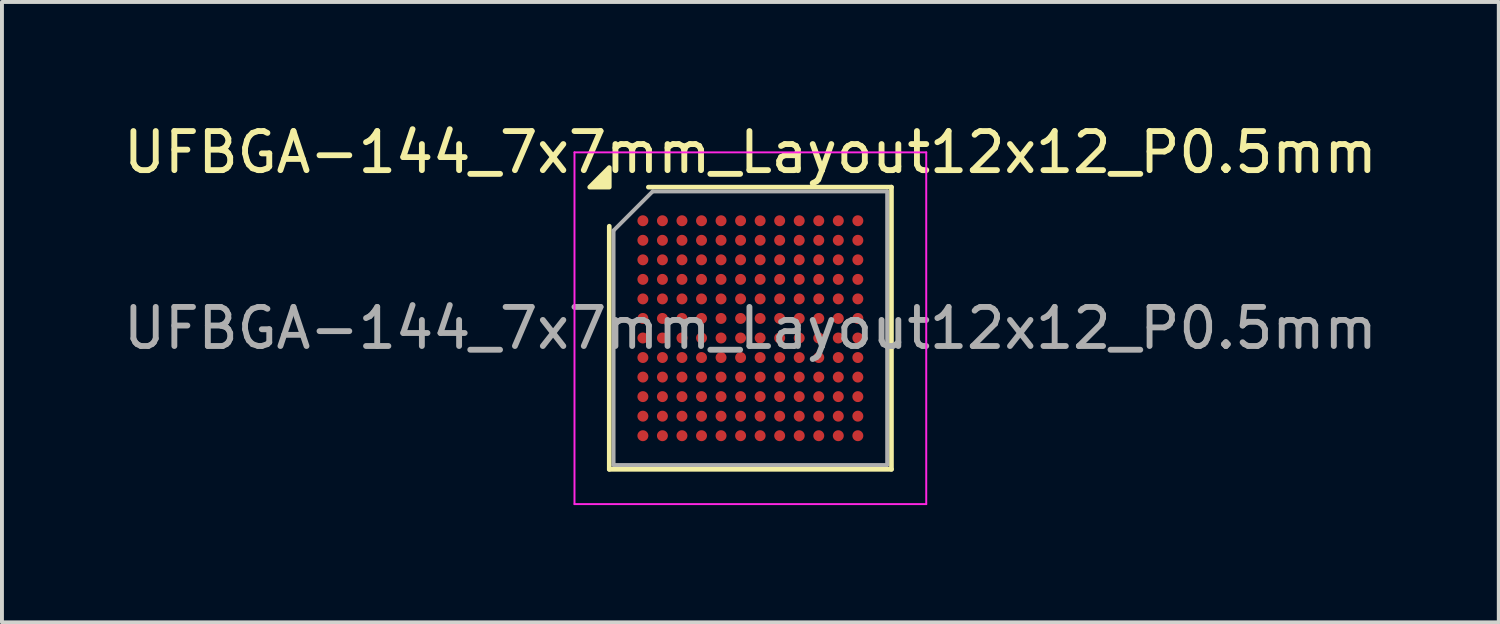
<source format=kicad_pcb>
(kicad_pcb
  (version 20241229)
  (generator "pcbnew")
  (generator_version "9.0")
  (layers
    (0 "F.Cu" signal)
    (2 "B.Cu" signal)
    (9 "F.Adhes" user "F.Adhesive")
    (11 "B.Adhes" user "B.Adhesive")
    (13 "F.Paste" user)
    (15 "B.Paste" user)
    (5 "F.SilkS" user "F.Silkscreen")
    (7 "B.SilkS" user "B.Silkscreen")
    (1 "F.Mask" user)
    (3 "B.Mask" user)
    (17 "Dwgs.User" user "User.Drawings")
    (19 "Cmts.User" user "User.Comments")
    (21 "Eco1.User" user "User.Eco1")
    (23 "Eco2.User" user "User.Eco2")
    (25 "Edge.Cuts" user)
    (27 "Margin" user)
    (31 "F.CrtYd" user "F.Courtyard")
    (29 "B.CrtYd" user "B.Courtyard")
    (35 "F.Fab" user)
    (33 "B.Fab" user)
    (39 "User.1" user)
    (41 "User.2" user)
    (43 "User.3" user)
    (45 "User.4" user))
  (footprint "UFBGA-144_7x7mm_Layout12x12_P0.5mm"
    (layer "F.Cu")
    (at 16.149 5.348)
    (property "Reference" "UFBGA-144_7x7mm_Layout12x12_P0.5mm" (at 0 -4.5 0) (layer "F.SilkS") (effects (font (size 1 1) (thickness 0.15))))
    (attr smd)
    (fp_line (start -3.61 3.61) (end -3.61 -2.61) (stroke (width 0.12) (type solid)) (layer "F.SilkS"))
    (fp_line (start -2.61 -3.61) (end 3.61 -3.61) (stroke (width 0.12) (type solid)) (layer "F.SilkS"))
    (fp_line (start 3.61 -3.61) (end 3.61 3.61) (stroke (width 0.12) (type solid)) (layer "F.SilkS"))
    (fp_line (start 3.61 3.61) (end -3.61 3.61) (stroke (width 0.12) (type solid)) (layer "F.SilkS"))
    (fp_poly (pts (xy -3.61 -3.61) (xy -4.11 -3.61) (xy -3.61 -4.11) (xy -3.61 -3.61)) (stroke (width 0.12) (type solid)) (fill yes) (layer "F.SilkS"))
    (fp_line (start -4.5 -4.5) (end -4.5 4.5) (stroke (width 0.05) (type solid)) (layer "F.CrtYd"))
    (fp_line (start -4.5 4.5) (end 4.5 4.5) (stroke (width 0.05) (type solid)) (layer "F.CrtYd"))
    (fp_line (start 4.5 -4.5) (end -4.5 -4.5) (stroke (width 0.05) (type solid)) (layer "F.CrtYd"))
    (fp_line (start 4.5 4.5) (end 4.5 -4.5) (stroke (width 0.05) (type solid)) (layer "F.CrtYd"))
    (fp_line (start -3.5 -2.5) (end -2.5 -3.5) (stroke (width 0.1) (type solid)) (layer "F.Fab"))
    (fp_line (start -3.5 3.5) (end -3.5 -2.5) (stroke (width 0.1) (type solid)) (layer "F.Fab"))
    (fp_line (start -2.5 -3.5) (end 3.5 -3.5) (stroke (width 0.1) (type solid)) (layer "F.Fab"))
    (fp_line (start 3.5 -3.5) (end 3.5 3.5) (stroke (width 0.1) (type solid)) (layer "F.Fab"))
    (fp_line (start 3.5 3.5) (end -3.5 3.5) (stroke (width 0.1) (type solid)) (layer "F.Fab"))
    (fp_text user "${REFERENCE}" (at 0 0 0) (layer "F.Fab") (effects (font (size 1 1) (thickness 0.15))))
    (pad "A1" smd circle (at -2.75 -2.75) (size 0.28 0.28) (property pad_prop_bga) (layers "F.Cu" "F.Mask" "F.Paste"))
    (pad "A2" smd circle (at -2.25 -2.75) (size 0.28 0.28) (property pad_prop_bga) (layers "F.Cu" "F.Mask" "F.Paste"))
    (pad "A3" smd circle (at -1.75 -2.75) (size 0.28 0.28) (property pad_prop_bga) (layers "F.Cu" "F.Mask" "F.Paste"))
    (pad "A4" smd circle (at -1.25 -2.75) (size 0.28 0.28) (property pad_prop_bga) (layers "F.Cu" "F.Mask" "F.Paste"))
    (pad "A5" smd circle (at -0.75 -2.75) (size 0.28 0.28) (property pad_prop_bga) (layers "F.Cu" "F.Mask" "F.Paste"))
    (pad "A6" smd circle (at -0.25 -2.75) (size 0.28 0.28) (property pad_prop_bga) (layers "F.Cu" "F.Mask" "F.Paste"))
    (pad "A7" smd circle (at 0.25 -2.75) (size 0.28 0.28) (property pad_prop_bga) (layers "F.Cu" "F.Mask" "F.Paste"))
    (pad "A8" smd circle (at 0.75 -2.75) (size 0.28 0.28) (property pad_prop_bga) (layers "F.Cu" "F.Mask" "F.Paste"))
    (pad "A9" smd circle (at 1.25 -2.75) (size 0.28 0.28) (property pad_prop_bga) (layers "F.Cu" "F.Mask" "F.Paste"))
    (pad "A10" smd circle (at 1.75 -2.75) (size 0.28 0.28) (property pad_prop_bga) (layers "F.Cu" "F.Mask" "F.Paste"))
    (pad "A11" smd circle (at 2.25 -2.75) (size 0.28 0.28) (property pad_prop_bga) (layers "F.Cu" "F.Mask" "F.Paste"))
    (pad "A12" smd circle (at 2.75 -2.75) (size 0.28 0.28) (property pad_prop_bga) (layers "F.Cu" "F.Mask" "F.Paste"))
    (pad "B1" smd circle (at -2.75 -2.25) (size 0.28 0.28) (property pad_prop_bga) (layers "F.Cu" "F.Mask" "F.Paste"))
    (pad "B2" smd circle (at -2.25 -2.25) (size 0.28 0.28) (property pad_prop_bga) (layers "F.Cu" "F.Mask" "F.Paste"))
    (pad "B3" smd circle (at -1.75 -2.25) (size 0.28 0.28) (property pad_prop_bga) (layers "F.Cu" "F.Mask" "F.Paste"))
    (pad "B4" smd circle (at -1.25 -2.25) (size 0.28 0.28) (property pad_prop_bga) (layers "F.Cu" "F.Mask" "F.Paste"))
    (pad "B5" smd circle (at -0.75 -2.25) (size 0.28 0.28) (property pad_prop_bga) (layers "F.Cu" "F.Mask" "F.Paste"))
    (pad "B6" smd circle (at -0.25 -2.25) (size 0.28 0.28) (property pad_prop_bga) (layers "F.Cu" "F.Mask" "F.Paste"))
    (pad "B7" smd circle (at 0.25 -2.25) (size 0.28 0.28) (property pad_prop_bga) (layers "F.Cu" "F.Mask" "F.Paste"))
    (pad "B8" smd circle (at 0.75 -2.25) (size 0.28 0.28) (property pad_prop_bga) (layers "F.Cu" "F.Mask" "F.Paste"))
    (pad "B9" smd circle (at 1.25 -2.25) (size 0.28 0.28) (property pad_prop_bga) (layers "F.Cu" "F.Mask" "F.Paste"))
    (pad "B10" smd circle (at 1.75 -2.25) (size 0.28 0.28) (property pad_prop_bga) (layers "F.Cu" "F.Mask" "F.Paste"))
    (pad "B11" smd circle (at 2.25 -2.25) (size 0.28 0.28) (property pad_prop_bga) (layers "F.Cu" "F.Mask" "F.Paste"))
    (pad "B12" smd circle (at 2.75 -2.25) (size 0.28 0.28) (property pad_prop_bga) (layers "F.Cu" "F.Mask" "F.Paste"))
    (pad "C1" smd circle (at -2.75 -1.75) (size 0.28 0.28) (property pad_prop_bga) (layers "F.Cu" "F.Mask" "F.Paste"))
    (pad "C2" smd circle (at -2.25 -1.75) (size 0.28 0.28) (property pad_prop_bga) (layers "F.Cu" "F.Mask" "F.Paste"))
    (pad "C3" smd circle (at -1.75 -1.75) (size 0.28 0.28) (property pad_prop_bga) (layers "F.Cu" "F.Mask" "F.Paste"))
    (pad "C4" smd circle (at -1.25 -1.75) (size 0.28 0.28) (property pad_prop_bga) (layers "F.Cu" "F.Mask" "F.Paste"))
    (pad "C5" smd circle (at -0.75 -1.75) (size 0.28 0.28) (property pad_prop_bga) (layers "F.Cu" "F.Mask" "F.Paste"))
    (pad "C6" smd circle (at -0.25 -1.75) (size 0.28 0.28) (property pad_prop_bga) (layers "F.Cu" "F.Mask" "F.Paste"))
    (pad "C7" smd circle (at 0.25 -1.75) (size 0.28 0.28) (property pad_prop_bga) (layers "F.Cu" "F.Mask" "F.Paste"))
    (pad "C8" smd circle (at 0.75 -1.75) (size 0.28 0.28) (property pad_prop_bga) (layers "F.Cu" "F.Mask" "F.Paste"))
    (pad "C9" smd circle (at 1.25 -1.75) (size 0.28 0.28) (property pad_prop_bga) (layers "F.Cu" "F.Mask" "F.Paste"))
    (pad "C10" smd circle (at 1.75 -1.75) (size 0.28 0.28) (property pad_prop_bga) (layers "F.Cu" "F.Mask" "F.Paste"))
    (pad "C11" smd circle (at 2.25 -1.75) (size 0.28 0.28) (property pad_prop_bga) (layers "F.Cu" "F.Mask" "F.Paste"))
    (pad "C12" smd circle (at 2.75 -1.75) (size 0.28 0.28) (property pad_prop_bga) (layers "F.Cu" "F.Mask" "F.Paste"))
    (pad "D1" smd circle (at -2.75 -1.25) (size 0.28 0.28) (property pad_prop_bga) (layers "F.Cu" "F.Mask" "F.Paste"))
    (pad "D2" smd circle (at -2.25 -1.25) (size 0.28 0.28) (property pad_prop_bga) (layers "F.Cu" "F.Mask" "F.Paste"))
    (pad "D3" smd circle (at -1.75 -1.25) (size 0.28 0.28) (property pad_prop_bga) (layers "F.Cu" "F.Mask" "F.Paste"))
    (pad "D4" smd circle (at -1.25 -1.25) (size 0.28 0.28) (property pad_prop_bga) (layers "F.Cu" "F.Mask" "F.Paste"))
    (pad "D5" smd circle (at -0.75 -1.25) (size 0.28 0.28) (property pad_prop_bga) (layers "F.Cu" "F.Mask" "F.Paste"))
    (pad "D6" smd circle (at -0.25 -1.25) (size 0.28 0.28) (property pad_prop_bga) (layers "F.Cu" "F.Mask" "F.Paste"))
    (pad "D7" smd circle (at 0.25 -1.25) (size 0.28 0.28) (property pad_prop_bga) (layers "F.Cu" "F.Mask" "F.Paste"))
    (pad "D8" smd circle (at 0.75 -1.25) (size 0.28 0.28) (property pad_prop_bga) (layers "F.Cu" "F.Mask" "F.Paste"))
    (pad "D9" smd circle (at 1.25 -1.25) (size 0.28 0.28) (property pad_prop_bga) (layers "F.Cu" "F.Mask" "F.Paste"))
    (pad "D10" smd circle (at 1.75 -1.25) (size 0.28 0.28) (property pad_prop_bga) (layers "F.Cu" "F.Mask" "F.Paste"))
    (pad "D11" smd circle (at 2.25 -1.25) (size 0.28 0.28) (property pad_prop_bga) (layers "F.Cu" "F.Mask" "F.Paste"))
    (pad "D12" smd circle (at 2.75 -1.25) (size 0.28 0.28) (property pad_prop_bga) (layers "F.Cu" "F.Mask" "F.Paste"))
    (pad "E1" smd circle (at -2.75 -0.75) (size 0.28 0.28) (property pad_prop_bga) (layers "F.Cu" "F.Mask" "F.Paste"))
    (pad "E2" smd circle (at -2.25 -0.75) (size 0.28 0.28) (property pad_prop_bga) (layers "F.Cu" "F.Mask" "F.Paste"))
    (pad "E3" smd circle (at -1.75 -0.75) (size 0.28 0.28) (property pad_prop_bga) (layers "F.Cu" "F.Mask" "F.Paste"))
    (pad "E4" smd circle (at -1.25 -0.75) (size 0.28 0.28) (property pad_prop_bga) (layers "F.Cu" "F.Mask" "F.Paste"))
    (pad "E5" smd circle (at -0.75 -0.75) (size 0.28 0.28) (property pad_prop_bga) (layers "F.Cu" "F.Mask" "F.Paste"))
    (pad "E6" smd circle (at -0.25 -0.75) (size 0.28 0.28) (property pad_prop_bga) (layers "F.Cu" "F.Mask" "F.Paste"))
    (pad "E7" smd circle (at 0.25 -0.75) (size 0.28 0.28) (property pad_prop_bga) (layers "F.Cu" "F.Mask" "F.Paste"))
    (pad "E8" smd circle (at 0.75 -0.75) (size 0.28 0.28) (property pad_prop_bga) (layers "F.Cu" "F.Mask" "F.Paste"))
    (pad "E9" smd circle (at 1.25 -0.75) (size 0.28 0.28) (property pad_prop_bga) (layers "F.Cu" "F.Mask" "F.Paste"))
    (pad "E10" smd circle (at 1.75 -0.75) (size 0.28 0.28) (property pad_prop_bga) (layers "F.Cu" "F.Mask" "F.Paste"))
    (pad "E11" smd circle (at 2.25 -0.75) (size 0.28 0.28) (property pad_prop_bga) (layers "F.Cu" "F.Mask" "F.Paste"))
    (pad "E12" smd circle (at 2.75 -0.75) (size 0.28 0.28) (property pad_prop_bga) (layers "F.Cu" "F.Mask" "F.Paste"))
    (pad "F1" smd circle (at -2.75 -0.25) (size 0.28 0.28) (property pad_prop_bga) (layers "F.Cu" "F.Mask" "F.Paste"))
    (pad "F2" smd circle (at -2.25 -0.25) (size 0.28 0.28) (property pad_prop_bga) (layers "F.Cu" "F.Mask" "F.Paste"))
    (pad "F3" smd circle (at -1.75 -0.25) (size 0.28 0.28) (property pad_prop_bga) (layers "F.Cu" "F.Mask" "F.Paste"))
    (pad "F4" smd circle (at -1.25 -0.25) (size 0.28 0.28) (property pad_prop_bga) (layers "F.Cu" "F.Mask" "F.Paste"))
    (pad "F5" smd circle (at -0.75 -0.25) (size 0.28 0.28) (property pad_prop_bga) (layers "F.Cu" "F.Mask" "F.Paste"))
    (pad "F6" smd circle (at -0.25 -0.25) (size 0.28 0.28) (property pad_prop_bga) (layers "F.Cu" "F.Mask" "F.Paste"))
    (pad "F7" smd circle (at 0.25 -0.25) (size 0.28 0.28) (property pad_prop_bga) (layers "F.Cu" "F.Mask" "F.Paste"))
    (pad "F8" smd circle (at 0.75 -0.25) (size 0.28 0.28) (property pad_prop_bga) (layers "F.Cu" "F.Mask" "F.Paste"))
    (pad "F9" smd circle (at 1.25 -0.25) (size 0.28 0.28) (property pad_prop_bga) (layers "F.Cu" "F.Mask" "F.Paste"))
    (pad "F10" smd circle (at 1.75 -0.25) (size 0.28 0.28) (property pad_prop_bga) (layers "F.Cu" "F.Mask" "F.Paste"))
    (pad "F11" smd circle (at 2.25 -0.25) (size 0.28 0.28) (property pad_prop_bga) (layers "F.Cu" "F.Mask" "F.Paste"))
    (pad "F12" smd circle (at 2.75 -0.25) (size 0.28 0.28) (property pad_prop_bga) (layers "F.Cu" "F.Mask" "F.Paste"))
    (pad "G1" smd circle (at -2.75 0.25) (size 0.28 0.28) (property pad_prop_bga) (layers "F.Cu" "F.Mask" "F.Paste"))
    (pad "G2" smd circle (at -2.25 0.25) (size 0.28 0.28) (property pad_prop_bga) (layers "F.Cu" "F.Mask" "F.Paste"))
    (pad "G3" smd circle (at -1.75 0.25) (size 0.28 0.28) (property pad_prop_bga) (layers "F.Cu" "F.Mask" "F.Paste"))
    (pad "G4" smd circle (at -1.25 0.25) (size 0.28 0.28) (property pad_prop_bga) (layers "F.Cu" "F.Mask" "F.Paste"))
    (pad "G5" smd circle (at -0.75 0.25) (size 0.28 0.28) (property pad_prop_bga) (layers "F.Cu" "F.Mask" "F.Paste"))
    (pad "G6" smd circle (at -0.25 0.25) (size 0.28 0.28) (property pad_prop_bga) (layers "F.Cu" "F.Mask" "F.Paste"))
    (pad "G7" smd circle (at 0.25 0.25) (size 0.28 0.28) (property pad_prop_bga) (layers "F.Cu" "F.Mask" "F.Paste"))
    (pad "G8" smd circle (at 0.75 0.25) (size 0.28 0.28) (property pad_prop_bga) (layers "F.Cu" "F.Mask" "F.Paste"))
    (pad "G9" smd circle (at 1.25 0.25) (size 0.28 0.28) (property pad_prop_bga) (layers "F.Cu" "F.Mask" "F.Paste"))
    (pad "G10" smd circle (at 1.75 0.25) (size 0.28 0.28) (property pad_prop_bga) (layers "F.Cu" "F.Mask" "F.Paste"))
    (pad "G11" smd circle (at 2.25 0.25) (size 0.28 0.28) (property pad_prop_bga) (layers "F.Cu" "F.Mask" "F.Paste"))
    (pad "G12" smd circle (at 2.75 0.25) (size 0.28 0.28) (property pad_prop_bga) (layers "F.Cu" "F.Mask" "F.Paste"))
    (pad "H1" smd circle (at -2.75 0.75) (size 0.28 0.28) (property pad_prop_bga) (layers "F.Cu" "F.Mask" "F.Paste"))
    (pad "H2" smd circle (at -2.25 0.75) (size 0.28 0.28) (property pad_prop_bga) (layers "F.Cu" "F.Mask" "F.Paste"))
    (pad "H3" smd circle (at -1.75 0.75) (size 0.28 0.28) (property pad_prop_bga) (layers "F.Cu" "F.Mask" "F.Paste"))
    (pad "H4" smd circle (at -1.25 0.75) (size 0.28 0.28) (property pad_prop_bga) (layers "F.Cu" "F.Mask" "F.Paste"))
    (pad "H5" smd circle (at -0.75 0.75) (size 0.28 0.28) (property pad_prop_bga) (layers "F.Cu" "F.Mask" "F.Paste"))
    (pad "H6" smd circle (at -0.25 0.75) (size 0.28 0.28) (property pad_prop_bga) (layers "F.Cu" "F.Mask" "F.Paste"))
    (pad "H7" smd circle (at 0.25 0.75) (size 0.28 0.28) (property pad_prop_bga) (layers "F.Cu" "F.Mask" "F.Paste"))
    (pad "H8" smd circle (at 0.75 0.75) (size 0.28 0.28) (property pad_prop_bga) (layers "F.Cu" "F.Mask" "F.Paste"))
    (pad "H9" smd circle (at 1.25 0.75) (size 0.28 0.28) (property pad_prop_bga) (layers "F.Cu" "F.Mask" "F.Paste"))
    (pad "H10" smd circle (at 1.75 0.75) (size 0.28 0.28) (property pad_prop_bga) (layers "F.Cu" "F.Mask" "F.Paste"))
    (pad "H11" smd circle (at 2.25 0.75) (size 0.28 0.28) (property pad_prop_bga) (layers "F.Cu" "F.Mask" "F.Paste"))
    (pad "H12" smd circle (at 2.75 0.75) (size 0.28 0.28) (property pad_prop_bga) (layers "F.Cu" "F.Mask" "F.Paste"))
    (pad "J1" smd circle (at -2.75 1.25) (size 0.28 0.28) (property pad_prop_bga) (layers "F.Cu" "F.Mask" "F.Paste"))
    (pad "J2" smd circle (at -2.25 1.25) (size 0.28 0.28) (property pad_prop_bga) (layers "F.Cu" "F.Mask" "F.Paste"))
    (pad "J3" smd circle (at -1.75 1.25) (size 0.28 0.28) (property pad_prop_bga) (layers "F.Cu" "F.Mask" "F.Paste"))
    (pad "J4" smd circle (at -1.25 1.25) (size 0.28 0.28) (property pad_prop_bga) (layers "F.Cu" "F.Mask" "F.Paste"))
    (pad "J5" smd circle (at -0.75 1.25) (size 0.28 0.28) (property pad_prop_bga) (layers "F.Cu" "F.Mask" "F.Paste"))
    (pad "J6" smd circle (at -0.25 1.25) (size 0.28 0.28) (property pad_prop_bga) (layers "F.Cu" "F.Mask" "F.Paste"))
    (pad "J7" smd circle (at 0.25 1.25) (size 0.28 0.28) (property pad_prop_bga) (layers "F.Cu" "F.Mask" "F.Paste"))
    (pad "J8" smd circle (at 0.75 1.25) (size 0.28 0.28) (property pad_prop_bga) (layers "F.Cu" "F.Mask" "F.Paste"))
    (pad "J9" smd circle (at 1.25 1.25) (size 0.28 0.28) (property pad_prop_bga) (layers "F.Cu" "F.Mask" "F.Paste"))
    (pad "J10" smd circle (at 1.75 1.25) (size 0.28 0.28) (property pad_prop_bga) (layers "F.Cu" "F.Mask" "F.Paste"))
    (pad "J11" smd circle (at 2.25 1.25) (size 0.28 0.28) (property pad_prop_bga) (layers "F.Cu" "F.Mask" "F.Paste"))
    (pad "J12" smd circle (at 2.75 1.25) (size 0.28 0.28) (property pad_prop_bga) (layers "F.Cu" "F.Mask" "F.Paste"))
    (pad "K1" smd circle (at -2.75 1.75) (size 0.28 0.28) (property pad_prop_bga) (layers "F.Cu" "F.Mask" "F.Paste"))
    (pad "K2" smd circle (at -2.25 1.75) (size 0.28 0.28) (property pad_prop_bga) (layers "F.Cu" "F.Mask" "F.Paste"))
    (pad "K3" smd circle (at -1.75 1.75) (size 0.28 0.28) (property pad_prop_bga) (layers "F.Cu" "F.Mask" "F.Paste"))
    (pad "K4" smd circle (at -1.25 1.75) (size 0.28 0.28) (property pad_prop_bga) (layers "F.Cu" "F.Mask" "F.Paste"))
    (pad "K5" smd circle (at -0.75 1.75) (size 0.28 0.28) (property pad_prop_bga) (layers "F.Cu" "F.Mask" "F.Paste"))
    (pad "K6" smd circle (at -0.25 1.75) (size 0.28 0.28) (property pad_prop_bga) (layers "F.Cu" "F.Mask" "F.Paste"))
    (pad "K7" smd circle (at 0.25 1.75) (size 0.28 0.28) (property pad_prop_bga) (layers "F.Cu" "F.Mask" "F.Paste"))
    (pad "K8" smd circle (at 0.75 1.75) (size 0.28 0.28) (property pad_prop_bga) (layers "F.Cu" "F.Mask" "F.Paste"))
    (pad "K9" smd circle (at 1.25 1.75) (size 0.28 0.28) (property pad_prop_bga) (layers "F.Cu" "F.Mask" "F.Paste"))
    (pad "K10" smd circle (at 1.75 1.75) (size 0.28 0.28) (property pad_prop_bga) (layers "F.Cu" "F.Mask" "F.Paste"))
    (pad "K11" smd circle (at 2.25 1.75) (size 0.28 0.28) (property pad_prop_bga) (layers "F.Cu" "F.Mask" "F.Paste"))
    (pad "K12" smd circle (at 2.75 1.75) (size 0.28 0.28) (property pad_prop_bga) (layers "F.Cu" "F.Mask" "F.Paste"))
    (pad "L1" smd circle (at -2.75 2.25) (size 0.28 0.28) (property pad_prop_bga) (layers "F.Cu" "F.Mask" "F.Paste"))
    (pad "L2" smd circle (at -2.25 2.25) (size 0.28 0.28) (property pad_prop_bga) (layers "F.Cu" "F.Mask" "F.Paste"))
    (pad "L3" smd circle (at -1.75 2.25) (size 0.28 0.28) (property pad_prop_bga) (layers "F.Cu" "F.Mask" "F.Paste"))
    (pad "L4" smd circle (at -1.25 2.25) (size 0.28 0.28) (property pad_prop_bga) (layers "F.Cu" "F.Mask" "F.Paste"))
    (pad "L5" smd circle (at -0.75 2.25) (size 0.28 0.28) (property pad_prop_bga) (layers "F.Cu" "F.Mask" "F.Paste"))
    (pad "L6" smd circle (at -0.25 2.25) (size 0.28 0.28) (property pad_prop_bga) (layers "F.Cu" "F.Mask" "F.Paste"))
    (pad "L7" smd circle (at 0.25 2.25) (size 0.28 0.28) (property pad_prop_bga) (layers "F.Cu" "F.Mask" "F.Paste"))
    (pad "L8" smd circle (at 0.75 2.25) (size 0.28 0.28) (property pad_prop_bga) (layers "F.Cu" "F.Mask" "F.Paste"))
    (pad "L9" smd circle (at 1.25 2.25) (size 0.28 0.28) (property pad_prop_bga) (layers "F.Cu" "F.Mask" "F.Paste"))
    (pad "L10" smd circle (at 1.75 2.25) (size 0.28 0.28) (property pad_prop_bga) (layers "F.Cu" "F.Mask" "F.Paste"))
    (pad "L11" smd circle (at 2.25 2.25) (size 0.28 0.28) (property pad_prop_bga) (layers "F.Cu" "F.Mask" "F.Paste"))
    (pad "L12" smd circle (at 2.75 2.25) (size 0.28 0.28) (property pad_prop_bga) (layers "F.Cu" "F.Mask" "F.Paste"))
    (pad "M1" smd circle (at -2.75 2.75) (size 0.28 0.28) (property pad_prop_bga) (layers "F.Cu" "F.Mask" "F.Paste"))
    (pad "M2" smd circle (at -2.25 2.75) (size 0.28 0.28) (property pad_prop_bga) (layers "F.Cu" "F.Mask" "F.Paste"))
    (pad "M3" smd circle (at -1.75 2.75) (size 0.28 0.28) (property pad_prop_bga) (layers "F.Cu" "F.Mask" "F.Paste"))
    (pad "M4" smd circle (at -1.25 2.75) (size 0.28 0.28) (property pad_prop_bga) (layers "F.Cu" "F.Mask" "F.Paste"))
    (pad "M5" smd circle (at -0.75 2.75) (size 0.28 0.28) (property pad_prop_bga) (layers "F.Cu" "F.Mask" "F.Paste"))
    (pad "M6" smd circle (at -0.25 2.75) (size 0.28 0.28) (property pad_prop_bga) (layers "F.Cu" "F.Mask" "F.Paste"))
    (pad "M7" smd circle (at 0.25 2.75) (size 0.28 0.28) (property pad_prop_bga) (layers "F.Cu" "F.Mask" "F.Paste"))
    (pad "M8" smd circle (at 0.75 2.75) (size 0.28 0.28) (property pad_prop_bga) (layers "F.Cu" "F.Mask" "F.Paste"))
    (pad "M9" smd circle (at 1.25 2.75) (size 0.28 0.28) (property pad_prop_bga) (layers "F.Cu" "F.Mask" "F.Paste"))
    (pad "M10" smd circle (at 1.75 2.75) (size 0.28 0.28) (property pad_prop_bga) (layers "F.Cu" "F.Mask" "F.Paste"))
    (pad "M11" smd circle (at 2.25 2.75) (size 0.28 0.28) (property pad_prop_bga) (layers "F.Cu" "F.Mask" "F.Paste"))
    (pad "M12" smd circle (at 2.75 2.75) (size 0.28 0.28) (property pad_prop_bga) (layers "F.Cu" "F.Mask" "F.Paste")))
  (gr_rect
    (start -3 -3)
    (end 35.298 12.873)
    (stroke (width 0.1) (type default))
    (fill no)
    (layer "Edge.Cuts")))
</source>
